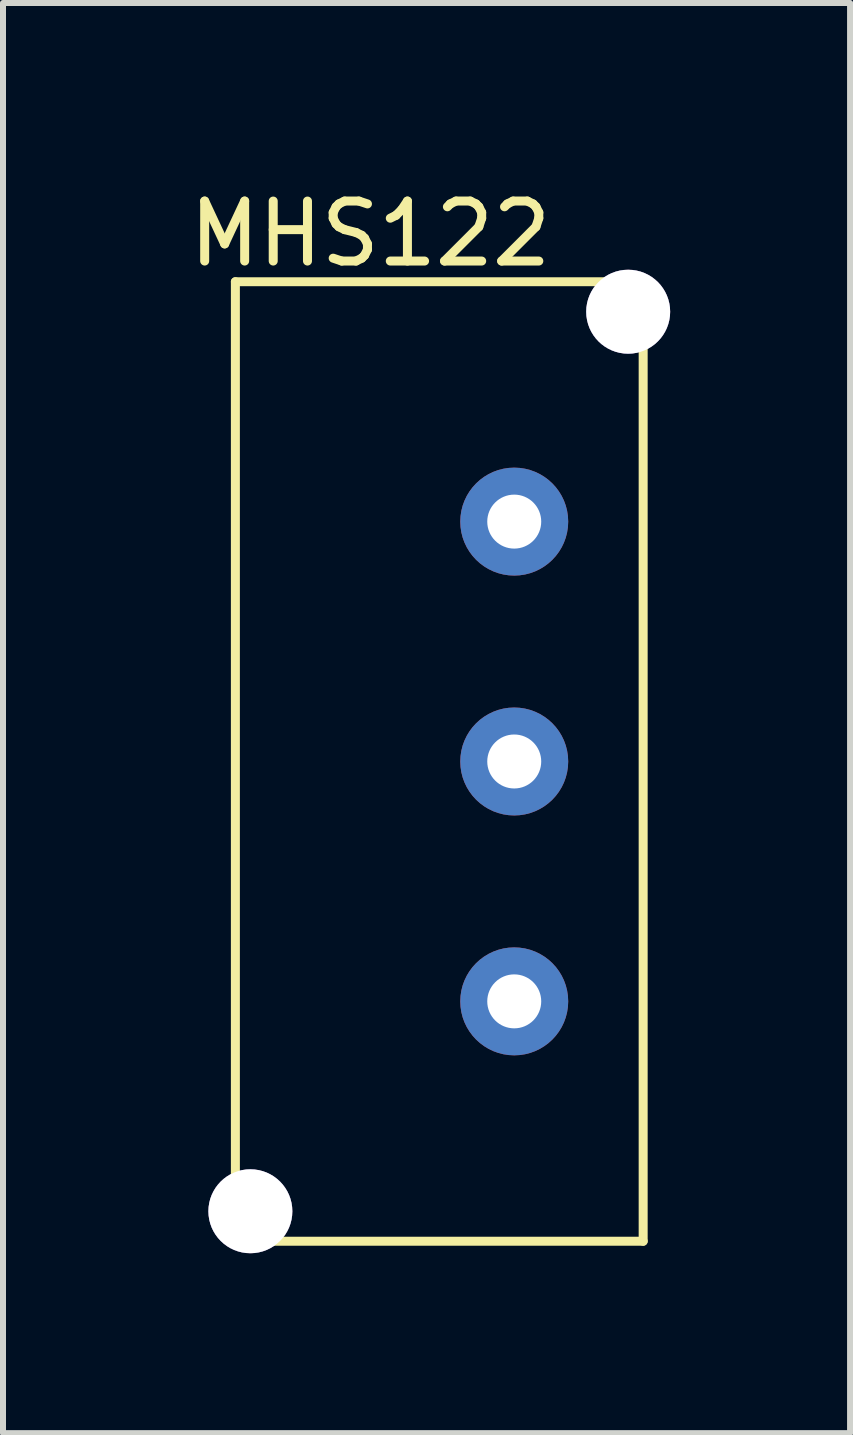
<source format=kicad_pcb>
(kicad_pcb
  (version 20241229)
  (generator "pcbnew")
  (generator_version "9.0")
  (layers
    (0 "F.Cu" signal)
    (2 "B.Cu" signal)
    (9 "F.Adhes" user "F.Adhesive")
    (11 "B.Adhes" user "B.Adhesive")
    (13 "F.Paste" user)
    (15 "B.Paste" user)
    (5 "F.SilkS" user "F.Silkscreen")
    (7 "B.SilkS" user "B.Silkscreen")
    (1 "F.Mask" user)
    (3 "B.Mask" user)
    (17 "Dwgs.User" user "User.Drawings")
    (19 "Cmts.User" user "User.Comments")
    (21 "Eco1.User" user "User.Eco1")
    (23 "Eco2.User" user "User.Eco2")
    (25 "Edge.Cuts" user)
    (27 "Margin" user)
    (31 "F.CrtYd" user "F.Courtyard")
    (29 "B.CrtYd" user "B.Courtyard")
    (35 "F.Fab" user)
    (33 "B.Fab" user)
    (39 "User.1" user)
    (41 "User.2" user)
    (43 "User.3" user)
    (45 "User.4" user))
  (footprint "MHS122"
    (layer "F.Cu")
    (at 5.525 9.648)
    (property "Reference" "MHS122" (at -2.4 -8.8 0) (layer "F.SilkS") (effects (font (size 1 1) (thickness 0.15))))
    (attr through_hole)
    (fp_line (start -4.65 -8) (end -4.65 8) (stroke (width 0.15) (type solid)) (layer "F.SilkS"))
    (fp_line (start -4.65 8) (end 2.15 8) (stroke (width 0.15) (type solid)) (layer "F.SilkS"))
    (fp_line (start 2.15 -8) (end -4.65 -8) (stroke (width 0.15) (type solid)) (layer "F.SilkS"))
    (fp_line (start 2.15 8) (end 2.15 -8) (stroke (width 0.15) (type solid)) (layer "F.SilkS"))
    (pad "" thru_hole circle (at -4.4 7.5) (size 1.4 1.4) (drill 1.4) (layers "*.Cu" "*.Mask"))
    (pad "" thru_hole circle (at 1.9 -7.5) (size 1.4 1.4) (drill 1.4) (layers "*.Cu" "*.Mask"))
    (pad "1" thru_hole circle (at 0 -4) (size 1.8 1.8) (drill 0.9) (layers "*.Cu" "*.Mask"))
    (pad "2" thru_hole circle (at 0 0) (size 1.8 1.8) (drill 0.9) (layers "*.Cu" "*.Mask"))
    (pad "3" thru_hole circle (at 0 4) (size 1.8 1.8) (drill 0.9) (layers "*.Cu" "*.Mask")))
  (gr_rect
    (start -3 -3)
    (end 11.125 20.848)
    (stroke (width 0.1) (type default))
    (fill no)
    (layer "Edge.Cuts")))
</source>
